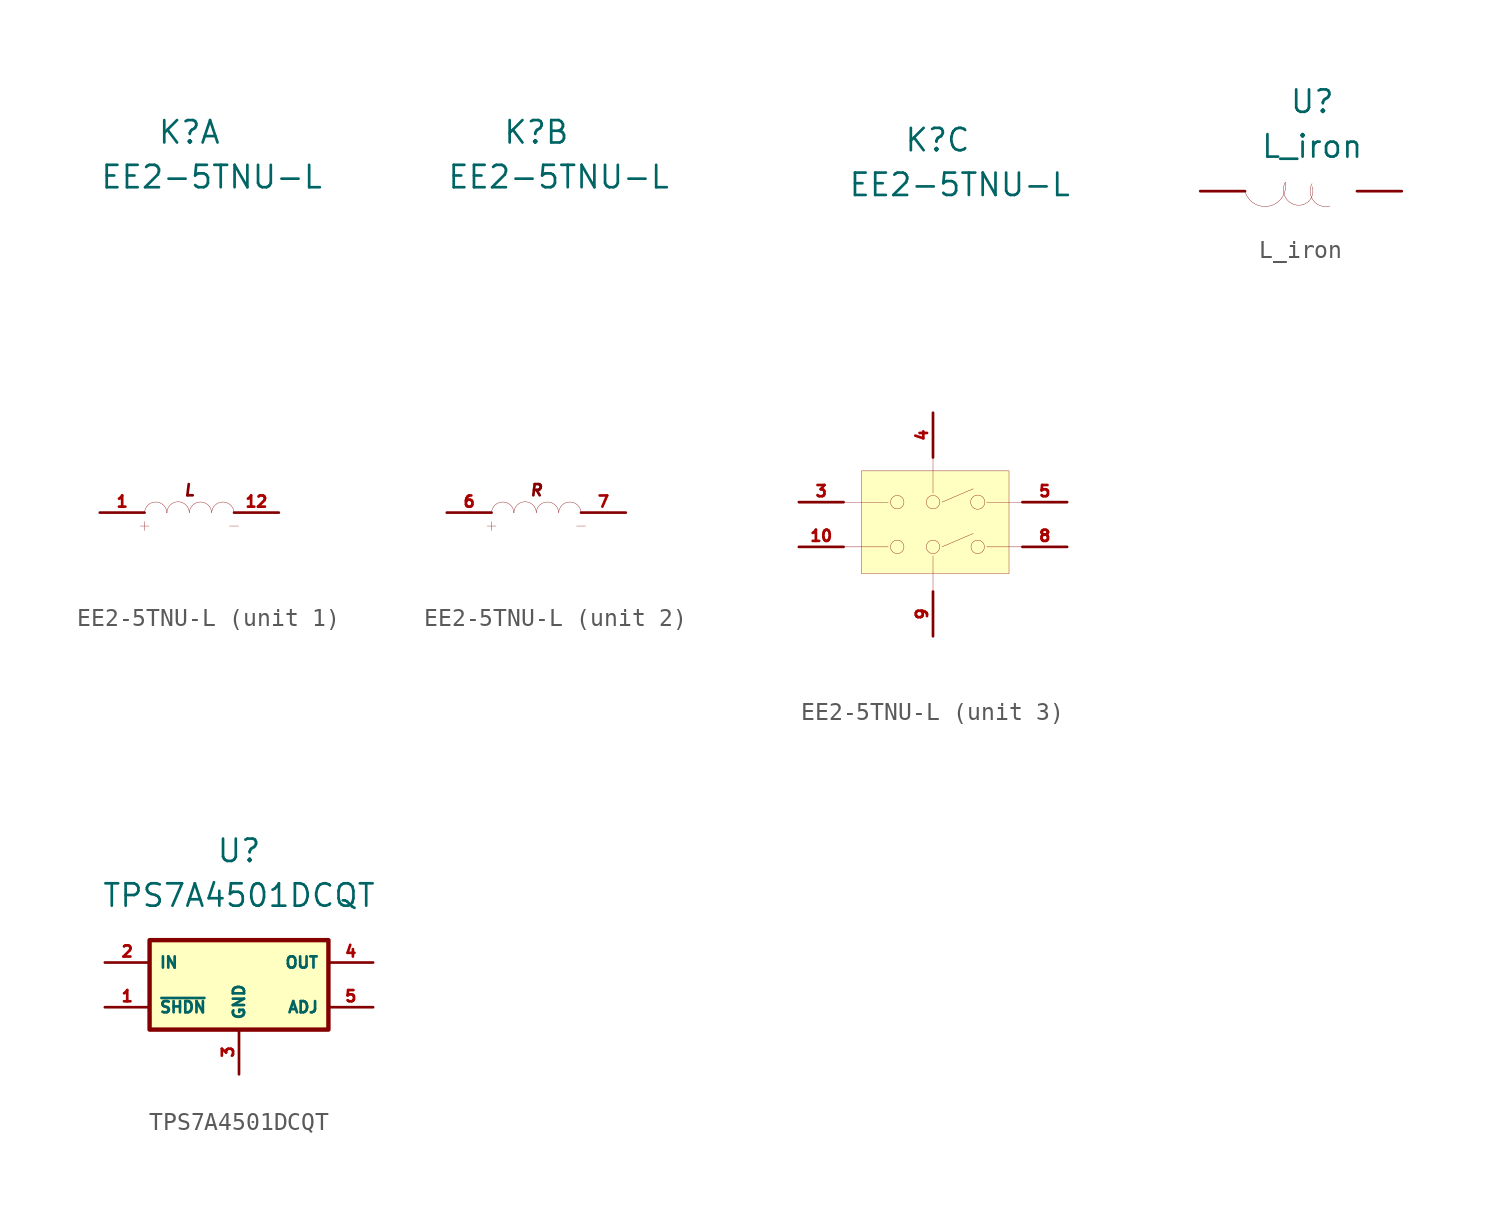
<source format=kicad_sym>
(kicad_symbol_lib
  (version 20201005)
  (generator kicad_symbol_editor)
  (symbol "rf-designers:EE2-5TNU-L"
    (property "Reference" "K"
      (at 0 21.59 0)
      (effects (font (size 1.27 1.27))))
    (property "Value" "EE2-5TNU-L"
      (at 1.27 19.05 0)
      (effects (font (size 1.27 1.27))))
    (property "ki_locked" ""
      (at 0 0 0)
      (effects (font (size 1.27 1.27))))
    (symbol "EE2-5TNU-L_1_0"
      (text "L" (at 0 1.27 0) (effects (font (size 0.635 0.635) italic))))
    (symbol "EE2-5TNU-L_1_1"
      (arc (start -3.81 -2.54) (end -3.81 -2.54) (radius (at -3.81 -2.54) (length 0) (angles 0 0)) (stroke (width 0.0006)) (fill (type none)))
      (arc (start -1.27 0) (end -2.54 0) (radius (at -1.905 -0.0338) (length 0.6359) (angles 3 177)) (stroke (width 0.0006)) (fill (type none)))
      (arc (start 0 0) (end -1.27 0) (radius (at -0.635 -0.0195) (length 0.6353) (angles 1.8 178.2)) (stroke (width 0.0006)) (fill (type none)))
      (arc (start 1.27 0) (end 0 0) (radius (at 0.635 -0.0338) (length 0.6359) (angles 3 177)) (stroke (width 0.0006)) (fill (type none)))
      (arc (start 2.54 0) (end 1.27 0) (radius (at 1.905 -0.0338) (length 0.6359) (angles 3 177)) (stroke (width 0.0006)) (fill (type none)))
      (circle (center -1.27 0) (radius 0) (stroke (width 0.001)) (fill (type none)))
      (polyline (pts (xy -2.794 -0.762) (xy -2.286 -0.762)) (stroke (width 0.001)) (fill (type none)))
      (polyline (pts (xy -2.54 -0.508) (xy -2.54 -1.016)) (stroke (width 0.001)) (fill (type none)))
      (polyline (pts (xy 2.286 -0.762) (xy 2.794 -0.762)) (stroke (width 0.001)) (fill (type none)))
      (pin input line (at -5.08 0 0) (length 2.54) (name "~" (effects (font (size 1.27 1.27)))) (number "1" (effects (font (size 0.635 0.635)))))
      (pin input line (at 5.08 0 180) (length 2.54) (name "~" (effects (font (size 1.27 1.27)))) (number "12" (effects (font (size 0.635 0.635))))))
    (symbol "EE2-5TNU-L_2_0"
      (text "R" (at 0 1.27 0) (effects (font (size 0.635 0.635) italic))))
    (symbol "EE2-5TNU-L_2_1"
      (arc (start -3.81 -2.54) (end -3.81 -2.54) (radius (at -3.81 -2.54) (length 0) (angles 0 0)) (stroke (width 0.0006)) (fill (type none)))
      (arc (start -1.27 0) (end -2.54 0) (radius (at -1.905 -0.0338) (length 0.6359) (angles 3 177)) (stroke (width 0.0006)) (fill (type none)))
      (arc (start 0 0) (end -1.27 0) (radius (at -0.635 -0.0195) (length 0.6353) (angles 1.8 178.2)) (stroke (width 0.0006)) (fill (type none)))
      (arc (start 1.27 0) (end 0 0) (radius (at 0.635 -0.0338) (length 0.6359) (angles 3 177)) (stroke (width 0.0006)) (fill (type none)))
      (arc (start 2.54 0) (end 1.27 0) (radius (at 1.905 -0.0338) (length 0.6359) (angles 3 177)) (stroke (width 0.0006)) (fill (type none)))
      (circle (center -1.27 0) (radius 0) (stroke (width 0.001)) (fill (type none)))
      (polyline (pts (xy -2.794 -0.762) (xy -2.286 -0.762)) (stroke (width 0.001)) (fill (type none)))
      (polyline (pts (xy -2.54 -0.508) (xy -2.54 -1.016)) (stroke (width 0.001)) (fill (type none)))
      (polyline (pts (xy 2.286 -0.762) (xy 2.794 -0.762)) (stroke (width 0.001)) (fill (type none)))
      (pin input line (at -5.08 0 0) (length 2.54) (name "~" (effects (font (size 1.27 1.27)))) (number "6" (effects (font (size 0.635 0.635)))))
      (pin input line (at 5.08 0 180) (length 2.54) (name "~" (effects (font (size 1.27 1.27)))) (number "7" (effects (font (size 0.635 0.635))))))
    (symbol "EE2-5TNU-L_3_1"
      (circle (center -2.286 -1.524) (radius 0.381) (stroke (width 0.001)) (fill (type none)))
      (circle (center -2.286 1.016) (radius 0.381) (stroke (width 0.001)) (fill (type none)))
      (circle (center -0.254 -1.524) (radius 0.381) (stroke (width 0.001)) (fill (type none)))
      (circle (center -0.254 1.016) (radius 0.381) (stroke (width 0.001)) (fill (type none)))
      (circle (center 2.286 -1.524) (radius 0.381) (stroke (width 0.001)) (fill (type none)))
      (circle (center 2.286 1.016) (radius 0.402) (stroke (width 0.001)) (fill (type none)))
      (rectangle (start -4.318 2.794) (end 4.064 -3.048) (stroke (width 0.001)) (fill (type background)))
      (polyline (pts (xy -5.334 -1.524) (xy -2.794 -1.524)) (stroke (width 0.001)) (fill (type none)))
      (polyline (pts (xy -5.334 1.016) (xy -2.794 1.016)) (stroke (width 0.001)) (fill (type none)))
      (polyline (pts (xy -0.254 -4.064) (xy -0.254 -2.032)) (stroke (width 0.001)) (fill (type none)))
      (polyline (pts (xy -0.254 3.556) (xy -0.254 1.524)) (stroke (width 0.001)) (fill (type none)))
      (polyline (pts (xy 0.254 -1.524) (xy 2.032 -0.762)) (stroke (width 0.001)) (fill (type none)))
      (polyline (pts (xy 0.254 1.016) (xy 2.032 1.778)) (stroke (width 0.001)) (fill (type none)))
      (polyline (pts (xy 4.826 -1.524) (xy 2.794 -1.524)) (stroke (width 0.001)) (fill (type none)))
      (polyline (pts (xy 4.826 1.016) (xy 2.794 1.016)) (stroke (width 0.001)) (fill (type none)))
      (pin input line (at -7.874 -1.524 0) (length 2.54) (name "~" (effects (font (size 1.27 1.27)))) (number "10" (effects (font (size 0.635 0.635)))))
      (pin input line (at -7.874 1.016 0) (length 2.54) (name "~" (effects (font (size 1.27 1.27)))) (number "3" (effects (font (size 0.635 0.635)))))
      (pin input line (at -0.254 6.096 270) (length 2.54) (name "~" (effects (font (size 1.27 1.27)))) (number "4" (effects (font (size 0.635 0.635)))))
      (pin input line (at 7.366 1.016 180) (length 2.54) (name "~" (effects (font (size 1.27 1.27)))) (number "5" (effects (font (size 0.635 0.635)))))
      (pin input line (at 7.366 -1.524 180) (length 2.54) (name "~" (effects (font (size 1.27 1.27)))) (number "8" (effects (font (size 0.635 0.635)))))
      (pin input line (at -0.254 -6.604 90) (length 2.54) (name "~" (effects (font (size 1.27 1.27)))) (number "9" (effects (font (size 0.635 0.635)))))))
  (symbol "rf-designers:L_iron"
    (pin_numbers hide)
    (property "Reference" "U"
      (at 0 5.08 0)
      (effects (font (size 1.27 1.27))))
    (property "Value" "L_iron"
      (at 0 2.54 0)
      (effects (font (size 1.27 1.27))))
    (symbol "L_iron_0_1"
      (arc (start -3.81 0) (end -1.524 0.508) (radius (at -2.6781 0.304) (length 1.172) (angles -165 10)) (stroke (width 0.0006)) (fill (type none)))
      (arc (start -0.508 -0.762) (end 0 0.254) (radius (at -0.762 0) (length 0.8032) (angles -71.6 18.4)) (stroke (width 0.0006)) (fill (type none)))
      (arc (start -1.524 0.508) (end -0.508 -0.762) (radius (at -0.754 0.0826) (length 0.8797) (angles 151.1 -73.8)) (stroke (width 0.0006)) (fill (type none)))
      (arc (start -1.524 -0.508) (end -1.524 -0.508) (radius (at 0 0) (length 0) (angles 0 0)) (stroke (width 0.0006)) (fill (type none)))
      (arc (start -0.008 0.4254) (end 1.008 -0.8446) (radius (at 0.762 0) (length 0.8797) (angles 151.1 -73.8)) (stroke (width 0.0006)) (fill (type none))))
    (symbol "L_iron_1_1"
      (pin passive line (at -6.35 0 0) (length 2.54) (name "" (effects (font (size 1.27 1.27)))) (number "1" (effects (font (size 1.27 1.27)))))
      (pin passive line (at 5.08 0 180) (length 2.54) (name "" (effects (font (size 1.27 1.27)))) (number "2" (effects (font (size 1.27 1.27)))))))
  (symbol "rf-designers:TPS7A4501DCQT"
    (property "Reference" "U"
      (at 0 6.35 0)
      (effects (font (size 1.27 1.27))))
    (property "Value" "TPS7A4501DCQT"
      (at 0 3.81 0)
      (effects (font (size 1.27 1.27))))
    (symbol "TPS7A4501DCQT_0_1"
      (rectangle (start -5.08 1.27) (end 5.08 -3.81) (stroke (width 0.25)) (fill (type background))))
    (symbol "TPS7A4501DCQT_1_1"
      (pin input line (at -7.62 -2.54 0) (length 2.54) (name "~SHDN" (effects (font (size 0.635 0.635)))) (number "1" (effects (font (size 0.635 0.635)))))
      (pin power_in line (at -7.62 0 0) (length 2.54) (name "IN" (effects (font (size 0.635 0.635)))) (number "2" (effects (font (size 0.635 0.635)))))
      (pin power_in line (at 0 -6.35 90) (length 2.54) (name "GND" (effects (font (size 0.635 0.635)))) (number "3" (effects (font (size 0.635 0.635)))))
      (pin power_out line (at 7.62 0 180) (length 2.54) (name "OUT" (effects (font (size 0.635 0.635)))) (number "4" (effects (font (size 0.635 0.635)))))
      (pin bidirectional line (at 7.62 -2.54 180) (length 2.54) (name "ADJ" (effects (font (size 0.635 0.635)))) (number "5" (effects (font (size 0.635 0.635))))))))
</source>
